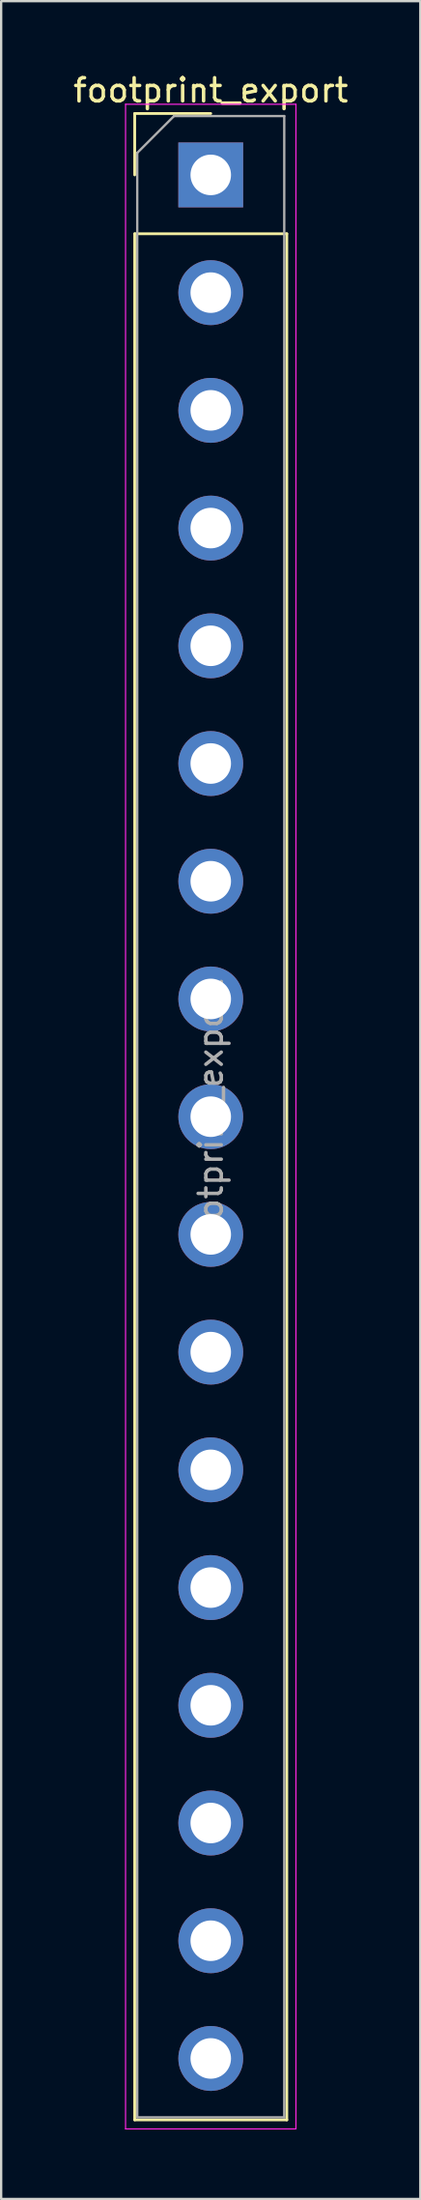
<source format=kicad_pcb>
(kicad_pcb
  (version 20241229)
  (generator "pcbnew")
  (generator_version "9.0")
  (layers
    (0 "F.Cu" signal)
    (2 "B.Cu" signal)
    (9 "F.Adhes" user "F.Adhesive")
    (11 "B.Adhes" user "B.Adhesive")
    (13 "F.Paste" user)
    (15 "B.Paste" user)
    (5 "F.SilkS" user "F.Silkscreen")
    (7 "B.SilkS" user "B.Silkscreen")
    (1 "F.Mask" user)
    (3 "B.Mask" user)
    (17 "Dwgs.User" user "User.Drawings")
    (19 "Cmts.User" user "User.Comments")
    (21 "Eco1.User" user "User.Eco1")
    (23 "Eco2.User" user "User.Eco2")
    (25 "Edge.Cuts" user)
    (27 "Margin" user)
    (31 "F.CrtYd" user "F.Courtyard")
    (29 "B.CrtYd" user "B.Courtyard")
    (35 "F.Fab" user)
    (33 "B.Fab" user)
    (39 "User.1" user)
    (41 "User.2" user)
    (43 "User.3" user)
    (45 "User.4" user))
  (footprint "footprint_export"
    (layer "F.Cu")
    (at 6.054 4.498)
    (property "Reference" "footprint_export" (at 0 -3.65 0) (layer "F.SilkS") (effects (font (size 1 1) (thickness 0.15))))
    (attr through_hole)
    (fp_line (start -3.285 -2.65) (end 0 -2.65) (stroke (width 0.12) (type solid)) (layer "F.SilkS"))
    (fp_line (start -3.285 0) (end -3.285 -2.65) (stroke (width 0.12) (type solid)) (layer "F.SilkS"))
    (fp_line (start -3.285 2.54) (end -3.285 83.93) (stroke (width 0.12) (type solid)) (layer "F.SilkS"))
    (fp_line (start -3.285 2.54) (end 3.285 2.54) (stroke (width 0.12) (type solid)) (layer "F.SilkS"))
    (fp_line (start -3.285 83.93) (end 3.285 83.93) (stroke (width 0.12) (type solid)) (layer "F.SilkS"))
    (fp_line (start 3.285 2.54) (end 3.285 83.93) (stroke (width 0.12) (type solid)) (layer "F.SilkS"))
    (fp_line (start -3.68 -3.05) (end -3.68 84.32) (stroke (width 0.05) (type solid)) (layer "F.CrtYd"))
    (fp_line (start -3.68 84.32) (end 3.68 84.32) (stroke (width 0.05) (type solid)) (layer "F.CrtYd"))
    (fp_line (start 3.68 -3.05) (end -3.68 -3.05) (stroke (width 0.05) (type solid)) (layer "F.CrtYd"))
    (fp_line (start 3.68 84.32) (end 3.68 -3.05) (stroke (width 0.05) (type solid)) (layer "F.CrtYd"))
    (fp_line (start -3.175 -0.953) (end -1.587 -2.54) (stroke (width 0.1) (type solid)) (layer "F.Fab"))
    (fp_line (start -3.175 83.82) (end -3.175 -0.953) (stroke (width 0.1) (type solid)) (layer "F.Fab"))
    (fp_line (start -1.587 -2.54) (end 3.175 -2.54) (stroke (width 0.1) (type solid)) (layer "F.Fab"))
    (fp_line (start 3.175 -2.54) (end 3.175 83.82) (stroke (width 0.1) (type solid)) (layer "F.Fab"))
    (fp_line (start 3.175 83.82) (end -3.175 83.82) (stroke (width 0.1) (type solid)) (layer "F.Fab"))
    (fp_text user "${REFERENCE}" (at 0 40.64 90) (layer "F.Fab") (effects (font (size 1 1) (thickness 0.15))))
    (pad "1" thru_hole rect (at 0 0) (size 2.8 2.8) (drill 1.75) (layers "*.Cu" "*.Mask"))
    (pad "2" thru_hole circle (at 0 5.08) (size 2.8 2.8) (drill 1.75) (layers "*.Cu" "*.Mask"))
    (pad "3" thru_hole circle (at 0 10.16) (size 2.8 2.8) (drill 1.75) (layers "*.Cu" "*.Mask"))
    (pad "4" thru_hole circle (at 0 15.24) (size 2.8 2.8) (drill 1.75) (layers "*.Cu" "*.Mask"))
    (pad "5" thru_hole circle (at 0 20.32) (size 2.8 2.8) (drill 1.75) (layers "*.Cu" "*.Mask"))
    (pad "6" thru_hole circle (at 0 25.4) (size 2.8 2.8) (drill 1.75) (layers "*.Cu" "*.Mask"))
    (pad "7" thru_hole circle (at 0 30.48) (size 2.8 2.8) (drill 1.75) (layers "*.Cu" "*.Mask"))
    (pad "8" thru_hole circle (at 0 35.56) (size 2.8 2.8) (drill 1.75) (layers "*.Cu" "*.Mask"))
    (pad "9" thru_hole circle (at 0 40.64) (size 2.8 2.8) (drill 1.75) (layers "*.Cu" "*.Mask"))
    (pad "10" thru_hole circle (at 0 45.72) (size 2.8 2.8) (drill 1.75) (layers "*.Cu" "*.Mask"))
    (pad "11" thru_hole circle (at 0 50.8) (size 2.8 2.8) (drill 1.75) (layers "*.Cu" "*.Mask"))
    (pad "12" thru_hole circle (at 0 55.88) (size 2.8 2.8) (drill 1.75) (layers "*.Cu" "*.Mask"))
    (pad "13" thru_hole circle (at 0 60.96) (size 2.8 2.8) (drill 1.75) (layers "*.Cu" "*.Mask"))
    (pad "14" thru_hole circle (at 0 66.04) (size 2.8 2.8) (drill 1.75) (layers "*.Cu" "*.Mask"))
    (pad "15" thru_hole circle (at 0 71.12) (size 2.8 2.8) (drill 1.75) (layers "*.Cu" "*.Mask"))
    (pad "16" thru_hole circle (at 0 76.2) (size 2.8 2.8) (drill 1.75) (layers "*.Cu" "*.Mask"))
    (pad "17" thru_hole circle (at 0 81.28) (size 2.8 2.8) (drill 1.75) (layers "*.Cu" "*.Mask")))
  (gr_rect
    (start -3 -3)
    (end 15.107 91.843)
    (stroke (width 0.1) (type default))
    (fill no)
    (layer "Edge.Cuts")))
</source>
